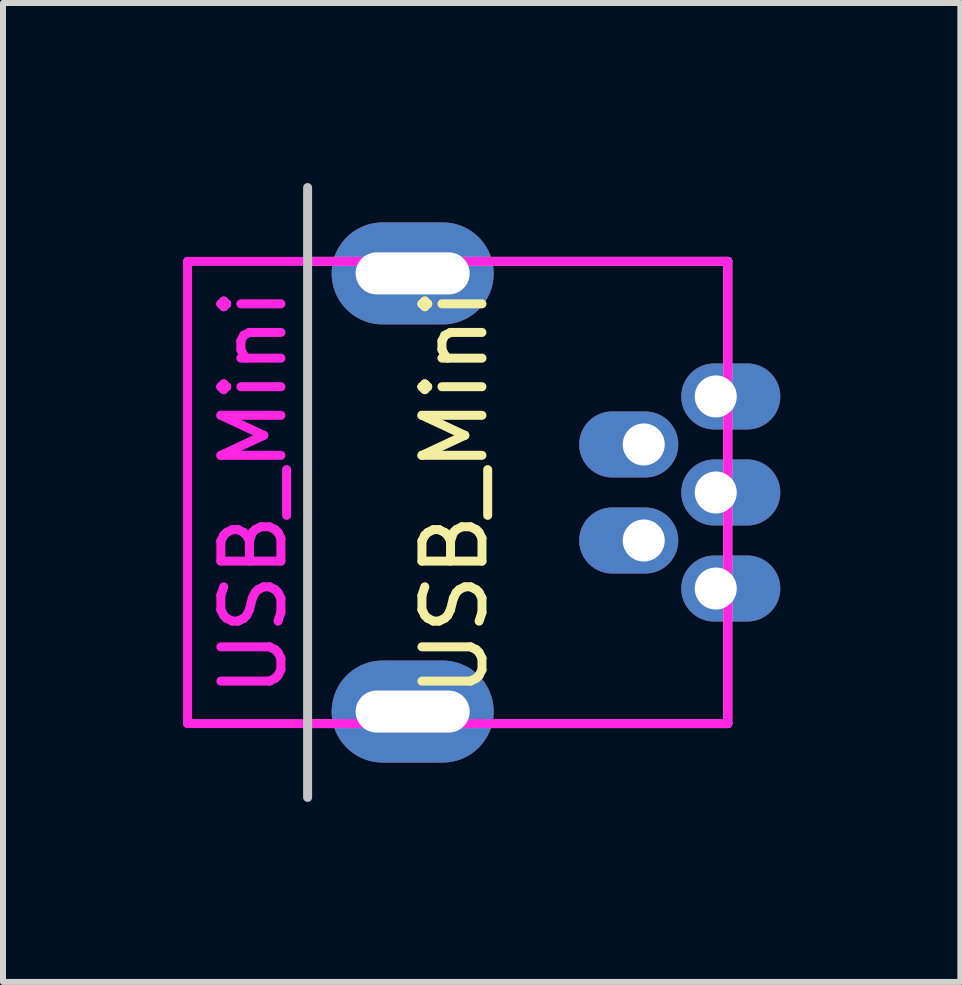
<source format=kicad_pcb>
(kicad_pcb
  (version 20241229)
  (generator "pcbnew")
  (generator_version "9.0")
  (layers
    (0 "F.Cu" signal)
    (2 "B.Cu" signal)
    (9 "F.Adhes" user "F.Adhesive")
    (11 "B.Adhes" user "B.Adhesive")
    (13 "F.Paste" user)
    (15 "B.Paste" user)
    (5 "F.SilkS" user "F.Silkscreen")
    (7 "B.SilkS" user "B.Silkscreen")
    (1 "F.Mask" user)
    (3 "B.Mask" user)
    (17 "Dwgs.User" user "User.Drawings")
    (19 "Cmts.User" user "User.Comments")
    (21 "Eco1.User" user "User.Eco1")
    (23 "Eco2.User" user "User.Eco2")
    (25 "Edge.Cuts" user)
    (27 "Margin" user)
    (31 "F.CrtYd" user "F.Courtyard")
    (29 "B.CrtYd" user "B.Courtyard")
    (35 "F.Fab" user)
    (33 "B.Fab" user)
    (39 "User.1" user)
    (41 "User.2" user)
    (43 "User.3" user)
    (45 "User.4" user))
  (footprint "USB_Mini"
    (layer "F.Cu")
    (at 2.075 5.155)
    (property "Reference" "USB_Mini" (at -0.9 0 90) (layer "F.CrtYd") (effects (font (size 1 1) (thickness 0.15))))
    (attr smd)
    (fp_line (start 0 -3.85) (end 7 -3.85) (stroke (width 0.15) (type solid)) (layer "F.SilkS"))
    (fp_line (start 7 -3.85) (end 7 3.85) (stroke (width 0.15) (type solid)) (layer "F.SilkS"))
    (fp_line (start 7 3.85) (end 0 3.85) (stroke (width 0.15) (type solid)) (layer "F.SilkS"))
    (fp_line (start 0 -5.08) (end 0 5.08) (stroke (width 0.15) (type solid)) (layer "Dwgs.User"))
    (fp_line (start -2 -3.85) (end -2 3.85) (stroke (width 0.15) (type solid)) (layer "F.CrtYd"))
    (fp_line (start -2 -3.85) (end 7 -3.85) (stroke (width 0.15) (type solid)) (layer "F.CrtYd"))
    (fp_line (start -2 3.85) (end 7 3.85) (stroke (width 0.15) (type solid)) (layer "F.CrtYd"))
    (fp_line (start 7 3.85) (end 7 -3.85) (stroke (width 0.15) (type solid)) (layer "F.CrtYd"))
    (fp_text user "${REFERENCE}" (at 2.45 0 90) (layer "F.SilkS") (effects (font (size 1 1) (thickness 0.15))))
    (pad "1" thru_hole oval (at 6.8 1.6) (size 1.65 1.1) (drill oval 0.7 (offset 0.25 0)) (layers "*.Cu" "B.Mask"))
    (pad "2" thru_hole oval (at 5.6 0.8 180) (size 1.65 1.1) (drill oval 0.7 (offset 0.25 0)) (layers "*.Cu" "B.Mask"))
    (pad "3" thru_hole oval (at 6.8 0) (size 1.65 1.1) (drill oval 0.7 (offset 0.25 0)) (layers "*.Cu" "B.Mask"))
    (pad "4" thru_hole oval (at 5.6 -0.8 180) (size 1.65 1.1) (drill oval 0.7 (offset 0.25 0)) (layers "*.Cu" "B.Mask"))
    (pad "5" thru_hole oval (at 6.8 -1.6) (size 1.65 1.1) (drill oval 0.7 (offset 0.25 0)) (layers "*.Cu" "B.Mask"))
    (pad "6" thru_hole oval (at 1.75 -3.65) (size 2.7 1.7) (drill oval 1.9 0.7) (layers "*.Cu" "*.Mask"))
    (pad "6" thru_hole oval (at 1.75 3.65) (size 2.7 1.7) (drill oval 1.9 0.7) (layers "*.Cu" "*.Mask")))
  (gr_rect
    (start -3 -3)
    (end 12.95 13.31)
    (stroke (width 0.1) (type default))
    (fill no)
    (layer "Edge.Cuts")))
</source>
